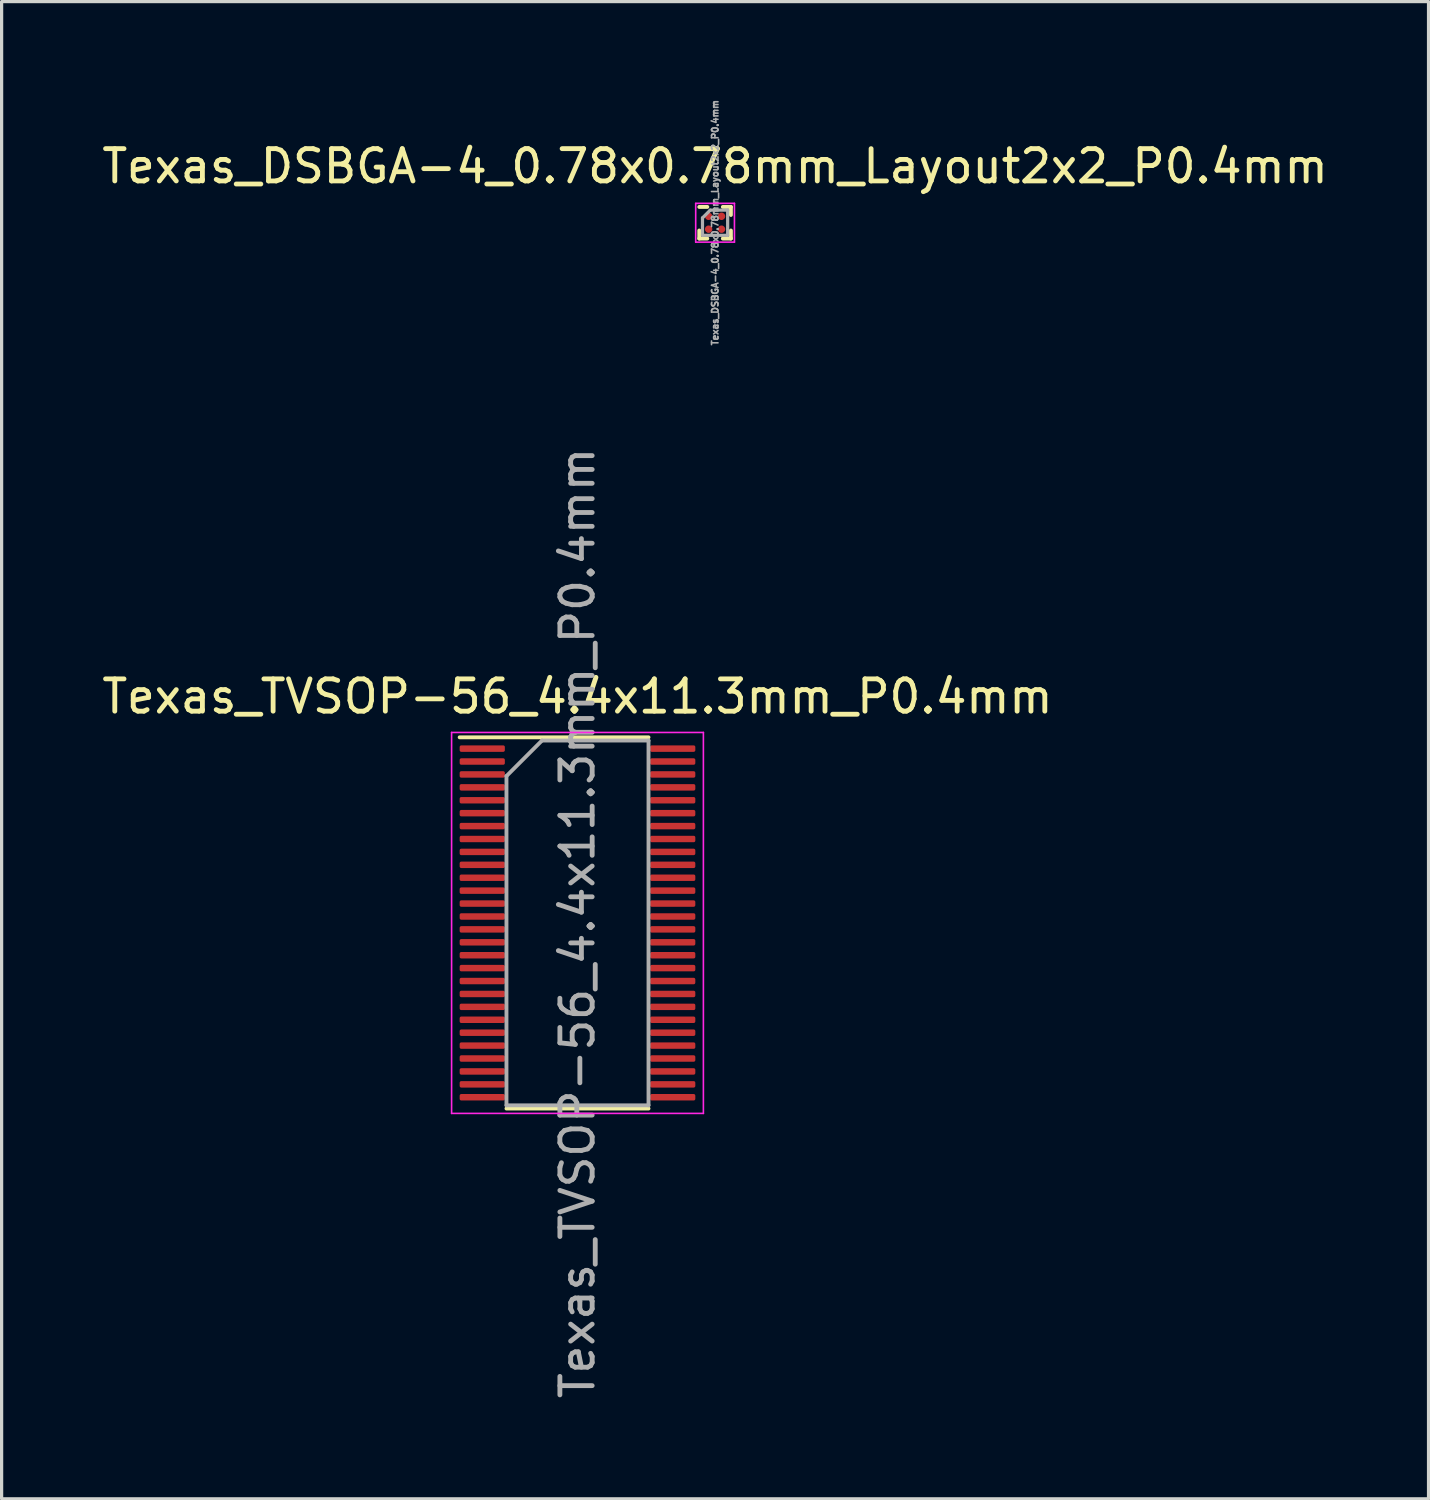
<source format=kicad_pcb>
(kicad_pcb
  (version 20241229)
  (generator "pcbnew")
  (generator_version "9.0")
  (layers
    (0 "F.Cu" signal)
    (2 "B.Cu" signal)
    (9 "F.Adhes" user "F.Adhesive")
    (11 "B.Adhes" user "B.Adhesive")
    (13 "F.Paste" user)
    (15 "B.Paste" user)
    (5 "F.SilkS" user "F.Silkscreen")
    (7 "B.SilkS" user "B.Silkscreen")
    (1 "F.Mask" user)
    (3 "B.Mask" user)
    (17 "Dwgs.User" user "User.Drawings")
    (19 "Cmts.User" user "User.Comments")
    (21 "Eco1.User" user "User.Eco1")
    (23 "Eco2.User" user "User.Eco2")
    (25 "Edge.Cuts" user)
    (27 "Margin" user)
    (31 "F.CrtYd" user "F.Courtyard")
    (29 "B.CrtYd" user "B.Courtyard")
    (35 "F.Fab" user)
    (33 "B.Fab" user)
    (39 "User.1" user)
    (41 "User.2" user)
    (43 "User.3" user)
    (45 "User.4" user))
  (footprint "Texas_DSBGA-4_0.78x0.78mm_Layout2x2_P0.4mm"
    (layer "F.Cu")
    (at 19.101 3.85)
    (property "Reference" "Texas_DSBGA-4_0.78x0.78mm_Layout2x2_P0.4mm" (at 0 -1.75 0) (layer "F.SilkS") (effects (font (size 1 1) (thickness 0.15))))
    (attr smd)
    (fp_line (start -0.49 -0.49) (end -0.24 -0.49) (stroke (width 0.12) (type solid)) (layer "F.SilkS"))
    (fp_line (start -0.49 0.24) (end -0.49 0.49) (stroke (width 0.12) (type solid)) (layer "F.SilkS"))
    (fp_line (start -0.24 0.49) (end -0.49 0.49) (stroke (width 0.12) (type solid)) (layer "F.SilkS"))
    (fp_line (start 0.24 -0.49) (end 0.49 -0.49) (stroke (width 0.12) (type solid)) (layer "F.SilkS"))
    (fp_line (start 0.24 0.49) (end 0.49 0.49) (stroke (width 0.12) (type solid)) (layer "F.SilkS"))
    (fp_line (start 0.49 -0.49) (end 0.49 -0.24) (stroke (width 0.12) (type solid)) (layer "F.SilkS"))
    (fp_line (start 0.49 0.24) (end 0.49 0.49) (stroke (width 0.12) (type solid)) (layer "F.SilkS"))
    (fp_line (start -0.6 -0.6) (end 0.6 -0.6) (stroke (width 0.05) (type solid)) (layer "F.CrtYd"))
    (fp_line (start -0.6 0.6) (end -0.6 -0.6) (stroke (width 0.05) (type solid)) (layer "F.CrtYd"))
    (fp_line (start 0.6 -0.6) (end 0.6 0.6) (stroke (width 0.05) (type solid)) (layer "F.CrtYd"))
    (fp_line (start 0.6 0.6) (end -0.6 0.6) (stroke (width 0.05) (type solid)) (layer "F.CrtYd"))
    (fp_line (start -0.39 -0.15) (end -0.39 0.39) (stroke (width 0.1) (type solid)) (layer "F.Fab"))
    (fp_line (start -0.39 0.39) (end 0.39 0.39) (stroke (width 0.1) (type solid)) (layer "F.Fab"))
    (fp_line (start -0.15 -0.39) (end -0.39 -0.15) (stroke (width 0.1) (type solid)) (layer "F.Fab"))
    (fp_line (start 0.39 -0.39) (end -0.15 -0.39) (stroke (width 0.1) (type solid)) (layer "F.Fab"))
    (fp_line (start 0.39 0.39) (end 0.39 -0.39) (stroke (width 0.1) (type solid)) (layer "F.Fab"))
    (fp_text user "${REFERENCE}" (at 0 0 90) (layer "F.Fab") (effects (font (size 0.2 0.2) (thickness 0.05))))
    (pad "" smd roundrect (at -0.2 -0.2) (size 0.25 0.25) (layers "F.Paste") (roundrect_rratio 0.2))
    (pad "" smd roundrect (at -0.2 0.2) (size 0.25 0.25) (layers "F.Paste") (roundrect_rratio 0.2))
    (pad "" smd roundrect (at 0.2 -0.2) (size 0.25 0.25) (layers "F.Paste") (roundrect_rratio 0.2))
    (pad "" smd roundrect (at 0.2 0.2) (size 0.25 0.25) (layers "F.Paste") (roundrect_rratio 0.2))
    (pad "A1" smd circle (at -0.2 -0.2) (size 0.23 0.23) (layers "F.Cu" "F.Mask"))
    (pad "A2" smd circle (at 0.2 -0.2) (size 0.23 0.23) (layers "F.Cu" "F.Mask"))
    (pad "B1" smd circle (at -0.2 0.2) (size 0.23 0.23) (layers "F.Cu" "F.Mask"))
    (pad "B2" smd circle (at 0.2 0.2) (size 0.23 0.23) (layers "F.Cu" "F.Mask")))
  (footprint "Texas_TVSOP-56_4.4x11.3mm_P0.4mm"
    (layer "F.Cu")
    (at 14.839 25.54)
    (property "Reference" "Texas_TVSOP-56_4.4x11.3mm_P0.4mm" (at 0 -7.015 0) (layer "F.SilkS") (effects (font (size 1 1) (thickness 0.15))))
    (attr smd)
    (fp_line (start -3.65 -5.75) (end 2.2 -5.75) (stroke (width 0.12) (type solid)) (layer "F.SilkS"))
    (fp_line (start 2.2 5.75) (end -2.2 5.75) (stroke (width 0.12) (type solid)) (layer "F.SilkS"))
    (fp_line (start -3.9 -5.9) (end 3.9 -5.9) (stroke (width 0.05) (type solid)) (layer "F.CrtYd"))
    (fp_line (start -3.9 5.9) (end -3.9 -5.9) (stroke (width 0.05) (type solid)) (layer "F.CrtYd"))
    (fp_line (start 3.9 -5.9) (end 3.9 5.9) (stroke (width 0.05) (type solid)) (layer "F.CrtYd"))
    (fp_line (start 3.9 5.9) (end -3.9 5.9) (stroke (width 0.05) (type solid)) (layer "F.CrtYd"))
    (fp_line (start -2.2 -4.55) (end -1.1 -5.65) (stroke (width 0.12) (type solid)) (layer "F.Fab"))
    (fp_line (start -2.2 5.65) (end -2.2 -4.55) (stroke (width 0.12) (type solid)) (layer "F.Fab"))
    (fp_line (start -1.1 -5.65) (end 2.2 -5.65) (stroke (width 0.12) (type solid)) (layer "F.Fab"))
    (fp_line (start 2.2 -5.65) (end 2.2 5.65) (stroke (width 0.12) (type solid)) (layer "F.Fab"))
    (fp_line (start 2.2 5.65) (end -2.2 5.65) (stroke (width 0.12) (type solid)) (layer "F.Fab"))
    (fp_text user "${REFERENCE}" (at 0 0 270) (layer "F.Fab") (effects (font (size 1 1) (thickness 0.15))))
    (pad "1" smd roundrect (at -2.95 -5.4 270) (size 0.2 1.4) (layers "F.Cu" "F.Mask" "F.Paste") (roundrect_rratio 0.25))
    (pad "2" smd roundrect (at -2.95 -5 270) (size 0.2 1.4) (layers "F.Cu" "F.Mask" "F.Paste") (roundrect_rratio 0.25))
    (pad "3" smd roundrect (at -2.95 -4.6 270) (size 0.2 1.4) (layers "F.Cu" "F.Mask" "F.Paste") (roundrect_rratio 0.25))
    (pad "4" smd roundrect (at -2.95 -4.2 270) (size 0.2 1.4) (layers "F.Cu" "F.Mask" "F.Paste") (roundrect_rratio 0.25))
    (pad "5" smd roundrect (at -2.95 -3.8 270) (size 0.2 1.4) (layers "F.Cu" "F.Mask" "F.Paste") (roundrect_rratio 0.25))
    (pad "6" smd roundrect (at -2.95 -3.4 270) (size 0.2 1.4) (layers "F.Cu" "F.Mask" "F.Paste") (roundrect_rratio 0.25))
    (pad "7" smd roundrect (at -2.95 -3 270) (size 0.2 1.4) (layers "F.Cu" "F.Mask" "F.Paste") (roundrect_rratio 0.25))
    (pad "8" smd roundrect (at -2.95 -2.6 270) (size 0.2 1.4) (layers "F.Cu" "F.Mask" "F.Paste") (roundrect_rratio 0.25))
    (pad "9" smd roundrect (at -2.95 -2.2 270) (size 0.2 1.4) (layers "F.Cu" "F.Mask" "F.Paste") (roundrect_rratio 0.25))
    (pad "10" smd roundrect (at -2.95 -1.8 270) (size 0.2 1.4) (layers "F.Cu" "F.Mask" "F.Paste") (roundrect_rratio 0.25))
    (pad "11" smd roundrect (at -2.95 -1.4 270) (size 0.2 1.4) (layers "F.Cu" "F.Mask" "F.Paste") (roundrect_rratio 0.25))
    (pad "12" smd roundrect (at -2.95 -1 270) (size 0.2 1.4) (layers "F.Cu" "F.Mask" "F.Paste") (roundrect_rratio 0.25))
    (pad "13" smd roundrect (at -2.95 -0.6 270) (size 0.2 1.4) (layers "F.Cu" "F.Mask" "F.Paste") (roundrect_rratio 0.25))
    (pad "14" smd roundrect (at -2.95 -0.2 270) (size 0.2 1.4) (layers "F.Cu" "F.Mask" "F.Paste") (roundrect_rratio 0.25))
    (pad "15" smd roundrect (at -2.95 0.2 270) (size 0.2 1.4) (layers "F.Cu" "F.Mask" "F.Paste") (roundrect_rratio 0.25))
    (pad "16" smd roundrect (at -2.95 0.6 270) (size 0.2 1.4) (layers "F.Cu" "F.Mask" "F.Paste") (roundrect_rratio 0.25))
    (pad "17" smd roundrect (at -2.95 1 270) (size 0.2 1.4) (layers "F.Cu" "F.Mask" "F.Paste") (roundrect_rratio 0.25))
    (pad "18" smd roundrect (at -2.95 1.4 270) (size 0.2 1.4) (layers "F.Cu" "F.Mask" "F.Paste") (roundrect_rratio 0.25))
    (pad "19" smd roundrect (at -2.95 1.8 270) (size 0.2 1.4) (layers "F.Cu" "F.Mask" "F.Paste") (roundrect_rratio 0.25))
    (pad "20" smd roundrect (at -2.95 2.2 270) (size 0.2 1.4) (layers "F.Cu" "F.Mask" "F.Paste") (roundrect_rratio 0.25))
    (pad "21" smd roundrect (at -2.95 2.6 270) (size 0.2 1.4) (layers "F.Cu" "F.Mask" "F.Paste") (roundrect_rratio 0.25))
    (pad "22" smd roundrect (at -2.95 3 270) (size 0.2 1.4) (layers "F.Cu" "F.Mask" "F.Paste") (roundrect_rratio 0.25))
    (pad "23" smd roundrect (at -2.95 3.4 270) (size 0.2 1.4) (layers "F.Cu" "F.Mask" "F.Paste") (roundrect_rratio 0.25))
    (pad "24" smd roundrect (at -2.95 3.8 270) (size 0.2 1.4) (layers "F.Cu" "F.Mask" "F.Paste") (roundrect_rratio 0.25))
    (pad "25" smd roundrect (at -2.95 4.2 270) (size 0.2 1.4) (layers "F.Cu" "F.Mask" "F.Paste") (roundrect_rratio 0.25))
    (pad "26" smd roundrect (at -2.95 4.6 270) (size 0.2 1.4) (layers "F.Cu" "F.Mask" "F.Paste") (roundrect_rratio 0.25))
    (pad "27" smd roundrect (at -2.95 5 270) (size 0.2 1.4) (layers "F.Cu" "F.Mask" "F.Paste") (roundrect_rratio 0.25))
    (pad "28" smd roundrect (at -2.95 5.4 270) (size 0.2 1.4) (layers "F.Cu" "F.Mask" "F.Paste") (roundrect_rratio 0.25))
    (pad "29" smd roundrect (at 2.95 5.4 270) (size 0.2 1.4) (layers "F.Cu" "F.Mask" "F.Paste") (roundrect_rratio 0.25))
    (pad "30" smd roundrect (at 2.95 5 270) (size 0.2 1.4) (layers "F.Cu" "F.Mask" "F.Paste") (roundrect_rratio 0.25))
    (pad "31" smd roundrect (at 2.95 4.6 270) (size 0.2 1.4) (layers "F.Cu" "F.Mask" "F.Paste") (roundrect_rratio 0.25))
    (pad "32" smd roundrect (at 2.95 4.2 270) (size 0.2 1.4) (layers "F.Cu" "F.Mask" "F.Paste") (roundrect_rratio 0.25))
    (pad "33" smd roundrect (at 2.95 3.8 270) (size 0.2 1.4) (layers "F.Cu" "F.Mask" "F.Paste") (roundrect_rratio 0.25))
    (pad "34" smd roundrect (at 2.95 3.4 270) (size 0.2 1.4) (layers "F.Cu" "F.Mask" "F.Paste") (roundrect_rratio 0.25))
    (pad "35" smd roundrect (at 2.95 3 270) (size 0.2 1.4) (layers "F.Cu" "F.Mask" "F.Paste") (roundrect_rratio 0.25))
    (pad "36" smd roundrect (at 2.95 2.6 270) (size 0.2 1.4) (layers "F.Cu" "F.Mask" "F.Paste") (roundrect_rratio 0.25))
    (pad "37" smd roundrect (at 2.95 2.2 270) (size 0.2 1.4) (layers "F.Cu" "F.Mask" "F.Paste") (roundrect_rratio 0.25))
    (pad "38" smd roundrect (at 2.95 1.8 270) (size 0.2 1.4) (layers "F.Cu" "F.Mask" "F.Paste") (roundrect_rratio 0.25))
    (pad "39" smd roundrect (at 2.95 1.4 270) (size 0.2 1.4) (layers "F.Cu" "F.Mask" "F.Paste") (roundrect_rratio 0.25))
    (pad "40" smd roundrect (at 2.95 1 270) (size 0.2 1.4) (layers "F.Cu" "F.Mask" "F.Paste") (roundrect_rratio 0.25))
    (pad "41" smd roundrect (at 2.95 0.6 270) (size 0.2 1.4) (layers "F.Cu" "F.Mask" "F.Paste") (roundrect_rratio 0.25))
    (pad "42" smd roundrect (at 2.95 0.2 270) (size 0.2 1.4) (layers "F.Cu" "F.Mask" "F.Paste") (roundrect_rratio 0.25))
    (pad "43" smd roundrect (at 2.95 -0.2 270) (size 0.2 1.4) (layers "F.Cu" "F.Mask" "F.Paste") (roundrect_rratio 0.25))
    (pad "44" smd roundrect (at 2.95 -0.6 270) (size 0.2 1.4) (layers "F.Cu" "F.Mask" "F.Paste") (roundrect_rratio 0.25))
    (pad "45" smd roundrect (at 2.95 -1 270) (size 0.2 1.4) (layers "F.Cu" "F.Mask" "F.Paste") (roundrect_rratio 0.25))
    (pad "46" smd roundrect (at 2.95 -1.4 270) (size 0.2 1.4) (layers "F.Cu" "F.Mask" "F.Paste") (roundrect_rratio 0.25))
    (pad "47" smd roundrect (at 2.95 -1.8 270) (size 0.2 1.4) (layers "F.Cu" "F.Mask" "F.Paste") (roundrect_rratio 0.25))
    (pad "48" smd roundrect (at 2.95 -2.2 270) (size 0.2 1.4) (layers "F.Cu" "F.Mask" "F.Paste") (roundrect_rratio 0.25))
    (pad "49" smd roundrect (at 2.95 -2.6 270) (size 0.2 1.4) (layers "F.Cu" "F.Mask" "F.Paste") (roundrect_rratio 0.25))
    (pad "50" smd roundrect (at 2.95 -3 270) (size 0.2 1.4) (layers "F.Cu" "F.Mask" "F.Paste") (roundrect_rratio 0.25))
    (pad "51" smd roundrect (at 2.95 -3.4 270) (size 0.2 1.4) (layers "F.Cu" "F.Mask" "F.Paste") (roundrect_rratio 0.25))
    (pad "52" smd roundrect (at 2.95 -3.8 270) (size 0.2 1.4) (layers "F.Cu" "F.Mask" "F.Paste") (roundrect_rratio 0.25))
    (pad "53" smd roundrect (at 2.95 -4.2 270) (size 0.2 1.4) (layers "F.Cu" "F.Mask" "F.Paste") (roundrect_rratio 0.25))
    (pad "54" smd roundrect (at 2.95 -4.6 270) (size 0.2 1.4) (layers "F.Cu" "F.Mask" "F.Paste") (roundrect_rratio 0.25))
    (pad "55" smd roundrect (at 2.95 -5 270) (size 0.2 1.4) (layers "F.Cu" "F.Mask" "F.Paste") (roundrect_rratio 0.25))
    (pad "56" smd roundrect (at 2.95 -5.4 270) (size 0.2 1.4) (layers "F.Cu" "F.Mask" "F.Paste") (roundrect_rratio 0.25)))
  (gr_rect
    (start -3 -3)
    (end 41.202 43.379)
    (stroke (width 0.1) (type default))
    (fill no)
    (layer "Edge.Cuts")))
</source>
